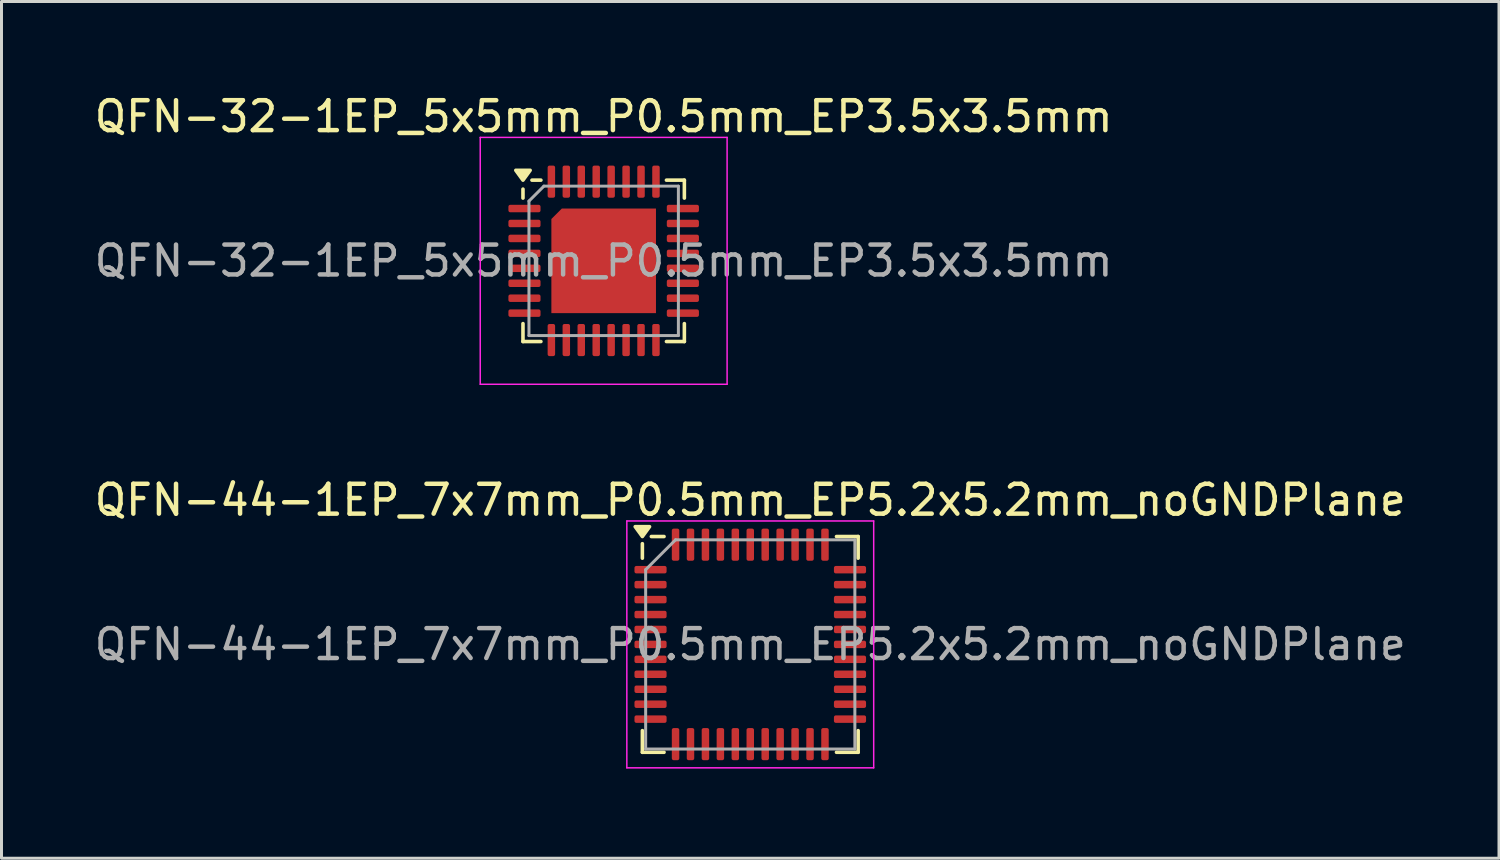
<source format=kicad_pcb>
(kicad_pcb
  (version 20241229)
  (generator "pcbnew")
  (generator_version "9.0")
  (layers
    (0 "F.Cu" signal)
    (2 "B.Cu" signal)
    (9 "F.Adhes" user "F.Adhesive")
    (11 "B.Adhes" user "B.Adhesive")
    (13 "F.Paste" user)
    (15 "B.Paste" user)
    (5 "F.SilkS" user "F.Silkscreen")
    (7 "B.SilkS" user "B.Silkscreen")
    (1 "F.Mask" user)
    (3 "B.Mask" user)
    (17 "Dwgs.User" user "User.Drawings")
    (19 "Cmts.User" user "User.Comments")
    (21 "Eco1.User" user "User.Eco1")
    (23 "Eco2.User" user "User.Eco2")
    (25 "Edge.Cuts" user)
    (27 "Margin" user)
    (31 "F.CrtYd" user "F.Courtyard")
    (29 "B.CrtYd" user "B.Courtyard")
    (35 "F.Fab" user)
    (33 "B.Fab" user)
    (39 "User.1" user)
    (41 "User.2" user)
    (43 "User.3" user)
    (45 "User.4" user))
  (footprint "QFN-32-1EP_5x5mm_P0.5mm_EP3.5x3.5mm"
    (layer "F.Cu")
    (at 17.149 5.678)
    (property "Reference" "QFN-32-1EP_5x5mm_P0.5mm_EP3.5x3.5mm" (at 0 -4.83 0) (layer "F.SilkS") (effects (font (size 1 1) (thickness 0.15))))
    (attr smd)
    (fp_line (start -2.7 -2.1) (end -2.7 -2.4) (stroke (width 0.12) (type solid)) (layer "F.SilkS"))
    (fp_line (start -2.7 2.7) (end -2.7 2.1) (stroke (width 0.12) (type solid)) (layer "F.SilkS"))
    (fp_line (start -2.1 -2.7) (end -2.4 -2.7) (stroke (width 0.12) (type solid)) (layer "F.SilkS"))
    (fp_line (start -2.1 2.7) (end -2.7 2.7) (stroke (width 0.12) (type solid)) (layer "F.SilkS"))
    (fp_line (start 2.1 -2.7) (end 2.7 -2.7) (stroke (width 0.12) (type solid)) (layer "F.SilkS"))
    (fp_line (start 2.1 2.7) (end 2.7 2.7) (stroke (width 0.12) (type solid)) (layer "F.SilkS"))
    (fp_line (start 2.7 -2.7) (end 2.7 -2.1) (stroke (width 0.12) (type solid)) (layer "F.SilkS"))
    (fp_line (start 2.7 2.7) (end 2.7 2.1) (stroke (width 0.12) (type solid)) (layer "F.SilkS"))
    (fp_poly (pts (xy -2.7 -2.7) (xy -2.94 -3.03) (xy -2.46 -3.03) (xy -2.7 -2.7)) (stroke (width 0.12) (type solid)) (fill yes) (layer "F.SilkS"))
    (fp_line (start -4.13 -4.13) (end -4.13 4.13) (stroke (width 0.05) (type solid)) (layer "F.CrtYd"))
    (fp_line (start -4.13 4.13) (end 4.13 4.13) (stroke (width 0.05) (type solid)) (layer "F.CrtYd"))
    (fp_line (start 4.13 -4.13) (end -4.13 -4.13) (stroke (width 0.05) (type solid)) (layer "F.CrtYd"))
    (fp_line (start 4.13 4.13) (end 4.13 -4.13) (stroke (width 0.05) (type solid)) (layer "F.CrtYd"))
    (fp_line (start -2.5 -2) (end -2 -2.5) (stroke (width 0.1) (type solid)) (layer "F.Fab"))
    (fp_line (start -2.5 2.5) (end -2.5 -2) (stroke (width 0.1) (type solid)) (layer "F.Fab"))
    (fp_line (start -2 -2.5) (end 2.5 -2.5) (stroke (width 0.1) (type solid)) (layer "F.Fab"))
    (fp_line (start 2.5 -2.5) (end 2.5 2.5) (stroke (width 0.1) (type solid)) (layer "F.Fab"))
    (fp_line (start 2.5 2.5) (end -2.5 2.5) (stroke (width 0.1) (type solid)) (layer "F.Fab"))
    (fp_text user "${REFERENCE}" (at 0 0 0) (layer "F.Fab") (effects (font (size 1 1) (thickness 0.15))))
    (pad "1" smd roundrect (at -2.65 -1.75) (size 1.075 0.25) (layers "F.Cu" "F.Mask" "F.Paste") (roundrect_rratio 0.25))
    (pad "2" smd roundrect (at -2.65 -1.25) (size 1.075 0.25) (layers "F.Cu" "F.Mask" "F.Paste") (roundrect_rratio 0.25))
    (pad "3" smd roundrect (at -2.65 -0.75) (size 1.075 0.25) (layers "F.Cu" "F.Mask" "F.Paste") (roundrect_rratio 0.25))
    (pad "4" smd roundrect (at -2.65 -0.25) (size 1.075 0.25) (layers "F.Cu" "F.Mask" "F.Paste") (roundrect_rratio 0.25))
    (pad "5" smd roundrect (at -2.65 0.25) (size 1.075 0.25) (layers "F.Cu" "F.Mask" "F.Paste") (roundrect_rratio 0.25))
    (pad "6" smd roundrect (at -2.65 0.75) (size 1.075 0.25) (layers "F.Cu" "F.Mask" "F.Paste") (roundrect_rratio 0.25))
    (pad "7" smd roundrect (at -2.65 1.25) (size 1.075 0.25) (layers "F.Cu" "F.Mask" "F.Paste") (roundrect_rratio 0.25))
    (pad "8" smd roundrect (at -2.65 1.75) (size 1.075 0.25) (layers "F.Cu" "F.Mask" "F.Paste") (roundrect_rratio 0.25))
    (pad "9" smd roundrect (at -1.75 2.65) (size 0.25 1.075) (layers "F.Cu" "F.Mask" "F.Paste") (roundrect_rratio 0.25))
    (pad "10" smd roundrect (at -1.25 2.65) (size 0.25 1.075) (layers "F.Cu" "F.Mask" "F.Paste") (roundrect_rratio 0.25))
    (pad "11" smd roundrect (at -0.75 2.65) (size 0.25 1.075) (layers "F.Cu" "F.Mask" "F.Paste") (roundrect_rratio 0.25))
    (pad "12" smd roundrect (at -0.25 2.65) (size 0.25 1.075) (layers "F.Cu" "F.Mask" "F.Paste") (roundrect_rratio 0.25))
    (pad "13" smd roundrect (at 0.25 2.65) (size 0.25 1.075) (layers "F.Cu" "F.Mask" "F.Paste") (roundrect_rratio 0.25))
    (pad "14" smd roundrect (at 0.75 2.65) (size 0.25 1.075) (layers "F.Cu" "F.Mask" "F.Paste") (roundrect_rratio 0.25))
    (pad "15" smd roundrect (at 1.25 2.65) (size 0.25 1.075) (layers "F.Cu" "F.Mask" "F.Paste") (roundrect_rratio 0.25))
    (pad "16" smd roundrect (at 1.75 2.65) (size 0.25 1.075) (layers "F.Cu" "F.Mask" "F.Paste") (roundrect_rratio 0.25))
    (pad "17" smd roundrect (at 2.65 1.75) (size 1.075 0.25) (layers "F.Cu" "F.Mask" "F.Paste") (roundrect_rratio 0.25))
    (pad "18" smd roundrect (at 2.65 1.25) (size 1.075 0.25) (layers "F.Cu" "F.Mask" "F.Paste") (roundrect_rratio 0.25))
    (pad "19" smd roundrect (at 2.65 0.75) (size 1.075 0.25) (layers "F.Cu" "F.Mask" "F.Paste") (roundrect_rratio 0.25))
    (pad "20" smd roundrect (at 2.65 0.25) (size 1.075 0.25) (layers "F.Cu" "F.Mask" "F.Paste") (roundrect_rratio 0.25))
    (pad "21" smd roundrect (at 2.65 -0.25) (size 1.075 0.25) (layers "F.Cu" "F.Mask" "F.Paste") (roundrect_rratio 0.25))
    (pad "22" smd roundrect (at 2.65 -0.75) (size 1.075 0.25) (layers "F.Cu" "F.Mask" "F.Paste") (roundrect_rratio 0.25))
    (pad "23" smd roundrect (at 2.65 -1.25) (size 1.075 0.25) (layers "F.Cu" "F.Mask" "F.Paste") (roundrect_rratio 0.25))
    (pad "24" smd roundrect (at 2.65 -1.75) (size 1.075 0.25) (layers "F.Cu" "F.Mask" "F.Paste") (roundrect_rratio 0.25))
    (pad "25" smd roundrect (at 1.75 -2.65) (size 0.25 1.075) (layers "F.Cu" "F.Mask" "F.Paste") (roundrect_rratio 0.25))
    (pad "26" smd roundrect (at 1.25 -2.65) (size 0.25 1.075) (layers "F.Cu" "F.Mask" "F.Paste") (roundrect_rratio 0.25))
    (pad "27" smd roundrect (at 0.75 -2.65) (size 0.25 1.075) (layers "F.Cu" "F.Mask" "F.Paste") (roundrect_rratio 0.25))
    (pad "28" smd roundrect (at 0.25 -2.65) (size 0.25 1.075) (layers "F.Cu" "F.Mask" "F.Paste") (roundrect_rratio 0.25))
    (pad "29" smd roundrect (at -0.25 -2.65) (size 0.25 1.075) (layers "F.Cu" "F.Mask" "F.Paste") (roundrect_rratio 0.25))
    (pad "30" smd roundrect (at -0.75 -2.65) (size 0.25 1.075) (layers "F.Cu" "F.Mask" "F.Paste") (roundrect_rratio 0.25))
    (pad "31" smd roundrect (at -1.25 -2.65) (size 0.25 1.075) (layers "F.Cu" "F.Mask" "F.Paste") (roundrect_rratio 0.25))
    (pad "32" smd roundrect (at -1.75 -2.65) (size 0.25 1.075) (layers "F.Cu" "F.Mask" "F.Paste") (roundrect_rratio 0.25))
    (pad "33" smd roundrect (at 0 0) (size 3.5 3.5) (layers "F.Cu" "F.Mask" "F.Paste") (roundrect_rratio 0) (chamfer_ratio 0.1) (chamfer top_left)))
  (footprint "QFN-44-1EP_7x7mm_P0.5mm_EP5.2x5.2mm_noGNDPlane"
    (layer "F.Cu")
    (at 22.054 18.512)
    (property "Reference" "QFN-44-1EP_7x7mm_P0.5mm_EP5.2x5.2mm_noGNDPlane" (at 0 -4.83 0) (layer "F.SilkS") (effects (font (size 1 1) (thickness 0.15))))
    (attr smd)
    (fp_line (start -3.61 -2.885) (end -3.61 -3.37) (stroke (width 0.12) (type solid)) (layer "F.SilkS"))
    (fp_line (start -3.61 3.61) (end -3.61 2.885) (stroke (width 0.12) (type solid)) (layer "F.SilkS"))
    (fp_line (start -2.885 -3.61) (end -3.31 -3.61) (stroke (width 0.12) (type solid)) (layer "F.SilkS"))
    (fp_line (start -2.885 3.61) (end -3.61 3.61) (stroke (width 0.12) (type solid)) (layer "F.SilkS"))
    (fp_line (start 2.885 -3.61) (end 3.61 -3.61) (stroke (width 0.12) (type solid)) (layer "F.SilkS"))
    (fp_line (start 2.885 3.61) (end 3.61 3.61) (stroke (width 0.12) (type solid)) (layer "F.SilkS"))
    (fp_line (start 3.61 -3.61) (end 3.61 -2.885) (stroke (width 0.12) (type solid)) (layer "F.SilkS"))
    (fp_line (start 3.61 3.61) (end 3.61 2.885) (stroke (width 0.12) (type solid)) (layer "F.SilkS"))
    (fp_poly (pts (xy -3.61 -3.61) (xy -3.85 -3.94) (xy -3.37 -3.94) (xy -3.61 -3.61)) (stroke (width 0.12) (type solid)) (fill yes) (layer "F.SilkS"))
    (fp_line (start -4.13 -4.13) (end -4.13 4.13) (stroke (width 0.05) (type solid)) (layer "F.CrtYd"))
    (fp_line (start -4.13 4.13) (end 4.13 4.13) (stroke (width 0.05) (type solid)) (layer "F.CrtYd"))
    (fp_line (start 4.13 -4.13) (end -4.13 -4.13) (stroke (width 0.05) (type solid)) (layer "F.CrtYd"))
    (fp_line (start 4.13 4.13) (end 4.13 -4.13) (stroke (width 0.05) (type solid)) (layer "F.CrtYd"))
    (fp_line (start -3.5 -2.5) (end -2.5 -3.5) (stroke (width 0.1) (type solid)) (layer "F.Fab"))
    (fp_line (start -3.5 3.5) (end -3.5 -2.5) (stroke (width 0.1) (type solid)) (layer "F.Fab"))
    (fp_line (start -2.5 -3.5) (end 3.5 -3.5) (stroke (width 0.1) (type solid)) (layer "F.Fab"))
    (fp_line (start 3.5 -3.5) (end 3.5 3.5) (stroke (width 0.1) (type solid)) (layer "F.Fab"))
    (fp_line (start 3.5 3.5) (end -3.5 3.5) (stroke (width 0.1) (type solid)) (layer "F.Fab"))
    (fp_text user "${REFERENCE}" (at 0 0 0) (layer "F.Fab") (effects (font (size 1 1) (thickness 0.15))))
    (pad "1" smd roundrect (at -3.337 -2.5) (size 1.075 0.25) (layers "F.Cu" "F.Mask" "F.Paste") (roundrect_rratio 0.25))
    (pad "2" smd roundrect (at -3.337 -2) (size 1.075 0.25) (layers "F.Cu" "F.Mask" "F.Paste") (roundrect_rratio 0.25))
    (pad "3" smd roundrect (at -3.337 -1.5) (size 1.075 0.25) (layers "F.Cu" "F.Mask" "F.Paste") (roundrect_rratio 0.25))
    (pad "4" smd roundrect (at -3.337 -1) (size 1.075 0.25) (layers "F.Cu" "F.Mask" "F.Paste") (roundrect_rratio 0.25))
    (pad "5" smd roundrect (at -3.337 -0.5) (size 1.075 0.25) (layers "F.Cu" "F.Mask" "F.Paste") (roundrect_rratio 0.25))
    (pad "6" smd roundrect (at -3.337 0) (size 1.075 0.25) (layers "F.Cu" "F.Mask" "F.Paste") (roundrect_rratio 0.25))
    (pad "7" smd roundrect (at -3.337 0.5) (size 1.075 0.25) (layers "F.Cu" "F.Mask" "F.Paste") (roundrect_rratio 0.25))
    (pad "8" smd roundrect (at -3.337 1) (size 1.075 0.25) (layers "F.Cu" "F.Mask" "F.Paste") (roundrect_rratio 0.25))
    (pad "9" smd roundrect (at -3.337 1.5) (size 1.075 0.25) (layers "F.Cu" "F.Mask" "F.Paste") (roundrect_rratio 0.25))
    (pad "10" smd roundrect (at -3.337 2) (size 1.075 0.25) (layers "F.Cu" "F.Mask" "F.Paste") (roundrect_rratio 0.25))
    (pad "11" smd roundrect (at -3.337 2.5) (size 1.075 0.25) (layers "F.Cu" "F.Mask" "F.Paste") (roundrect_rratio 0.25))
    (pad "12" smd roundrect (at -2.5 3.337) (size 0.25 1.075) (layers "F.Cu" "F.Mask" "F.Paste") (roundrect_rratio 0.25))
    (pad "13" smd roundrect (at -2 3.337) (size 0.25 1.075) (layers "F.Cu" "F.Mask" "F.Paste") (roundrect_rratio 0.25))
    (pad "14" smd roundrect (at -1.5 3.337) (size 0.25 1.075) (layers "F.Cu" "F.Mask" "F.Paste") (roundrect_rratio 0.25))
    (pad "15" smd roundrect (at -1 3.337) (size 0.25 1.075) (layers "F.Cu" "F.Mask" "F.Paste") (roundrect_rratio 0.25))
    (pad "16" smd roundrect (at -0.5 3.337) (size 0.25 1.075) (layers "F.Cu" "F.Mask" "F.Paste") (roundrect_rratio 0.25))
    (pad "17" smd roundrect (at 0 3.337) (size 0.25 1.075) (layers "F.Cu" "F.Mask" "F.Paste") (roundrect_rratio 0.25))
    (pad "18" smd roundrect (at 0.5 3.337) (size 0.25 1.075) (layers "F.Cu" "F.Mask" "F.Paste") (roundrect_rratio 0.25))
    (pad "19" smd roundrect (at 1 3.337) (size 0.25 1.075) (layers "F.Cu" "F.Mask" "F.Paste") (roundrect_rratio 0.25))
    (pad "20" smd roundrect (at 1.5 3.337) (size 0.25 1.075) (layers "F.Cu" "F.Mask" "F.Paste") (roundrect_rratio 0.25))
    (pad "21" smd roundrect (at 2 3.337) (size 0.25 1.075) (layers "F.Cu" "F.Mask" "F.Paste") (roundrect_rratio 0.25))
    (pad "22" smd roundrect (at 2.5 3.337) (size 0.25 1.075) (layers "F.Cu" "F.Mask" "F.Paste") (roundrect_rratio 0.25))
    (pad "23" smd roundrect (at 3.337 2.5) (size 1.075 0.25) (layers "F.Cu" "F.Mask" "F.Paste") (roundrect_rratio 0.25))
    (pad "24" smd roundrect (at 3.337 2) (size 1.075 0.25) (layers "F.Cu" "F.Mask" "F.Paste") (roundrect_rratio 0.25))
    (pad "25" smd roundrect (at 3.337 1.5) (size 1.075 0.25) (layers "F.Cu" "F.Mask" "F.Paste") (roundrect_rratio 0.25))
    (pad "26" smd roundrect (at 3.337 1) (size 1.075 0.25) (layers "F.Cu" "F.Mask" "F.Paste") (roundrect_rratio 0.25))
    (pad "27" smd roundrect (at 3.337 0.5) (size 1.075 0.25) (layers "F.Cu" "F.Mask" "F.Paste") (roundrect_rratio 0.25))
    (pad "28" smd roundrect (at 3.337 0) (size 1.075 0.25) (layers "F.Cu" "F.Mask" "F.Paste") (roundrect_rratio 0.25))
    (pad "29" smd roundrect (at 3.337 -0.5) (size 1.075 0.25) (layers "F.Cu" "F.Mask" "F.Paste") (roundrect_rratio 0.25))
    (pad "30" smd roundrect (at 3.337 -1) (size 1.075 0.25) (layers "F.Cu" "F.Mask" "F.Paste") (roundrect_rratio 0.25))
    (pad "31" smd roundrect (at 3.337 -1.5) (size 1.075 0.25) (layers "F.Cu" "F.Mask" "F.Paste") (roundrect_rratio 0.25))
    (pad "32" smd roundrect (at 3.337 -2) (size 1.075 0.25) (layers "F.Cu" "F.Mask" "F.Paste") (roundrect_rratio 0.25))
    (pad "33" smd roundrect (at 3.337 -2.5) (size 1.075 0.25) (layers "F.Cu" "F.Mask" "F.Paste") (roundrect_rratio 0.25))
    (pad "34" smd roundrect (at 2.5 -3.337) (size 0.25 1.075) (layers "F.Cu" "F.Mask" "F.Paste") (roundrect_rratio 0.25))
    (pad "35" smd roundrect (at 2 -3.337) (size 0.25 1.075) (layers "F.Cu" "F.Mask" "F.Paste") (roundrect_rratio 0.25))
    (pad "36" smd roundrect (at 1.5 -3.337) (size 0.25 1.075) (layers "F.Cu" "F.Mask" "F.Paste") (roundrect_rratio 0.25))
    (pad "37" smd roundrect (at 1 -3.337) (size 0.25 1.075) (layers "F.Cu" "F.Mask" "F.Paste") (roundrect_rratio 0.25))
    (pad "38" smd roundrect (at 0.5 -3.337) (size 0.25 1.075) (layers "F.Cu" "F.Mask" "F.Paste") (roundrect_rratio 0.25))
    (pad "39" smd roundrect (at 0 -3.337) (size 0.25 1.075) (layers "F.Cu" "F.Mask" "F.Paste") (roundrect_rratio 0.25))
    (pad "40" smd roundrect (at -0.5 -3.337) (size 0.25 1.075) (layers "F.Cu" "F.Mask" "F.Paste") (roundrect_rratio 0.25))
    (pad "41" smd roundrect (at -1 -3.337) (size 0.25 1.075) (layers "F.Cu" "F.Mask" "F.Paste") (roundrect_rratio 0.25))
    (pad "42" smd roundrect (at -1.5 -3.337) (size 0.25 1.075) (layers "F.Cu" "F.Mask" "F.Paste") (roundrect_rratio 0.25))
    (pad "43" smd roundrect (at -2 -3.337) (size 0.25 1.075) (layers "F.Cu" "F.Mask" "F.Paste") (roundrect_rratio 0.25))
    (pad "44" smd roundrect (at -2.5 -3.337) (size 0.25 1.075) (layers "F.Cu" "F.Mask" "F.Paste") (roundrect_rratio 0.25)))
  (gr_rect
    (start -3 -3)
    (end 47.107 25.666)
    (stroke (width 0.1) (type default))
    (fill no)
    (layer "Edge.Cuts")))
</source>
